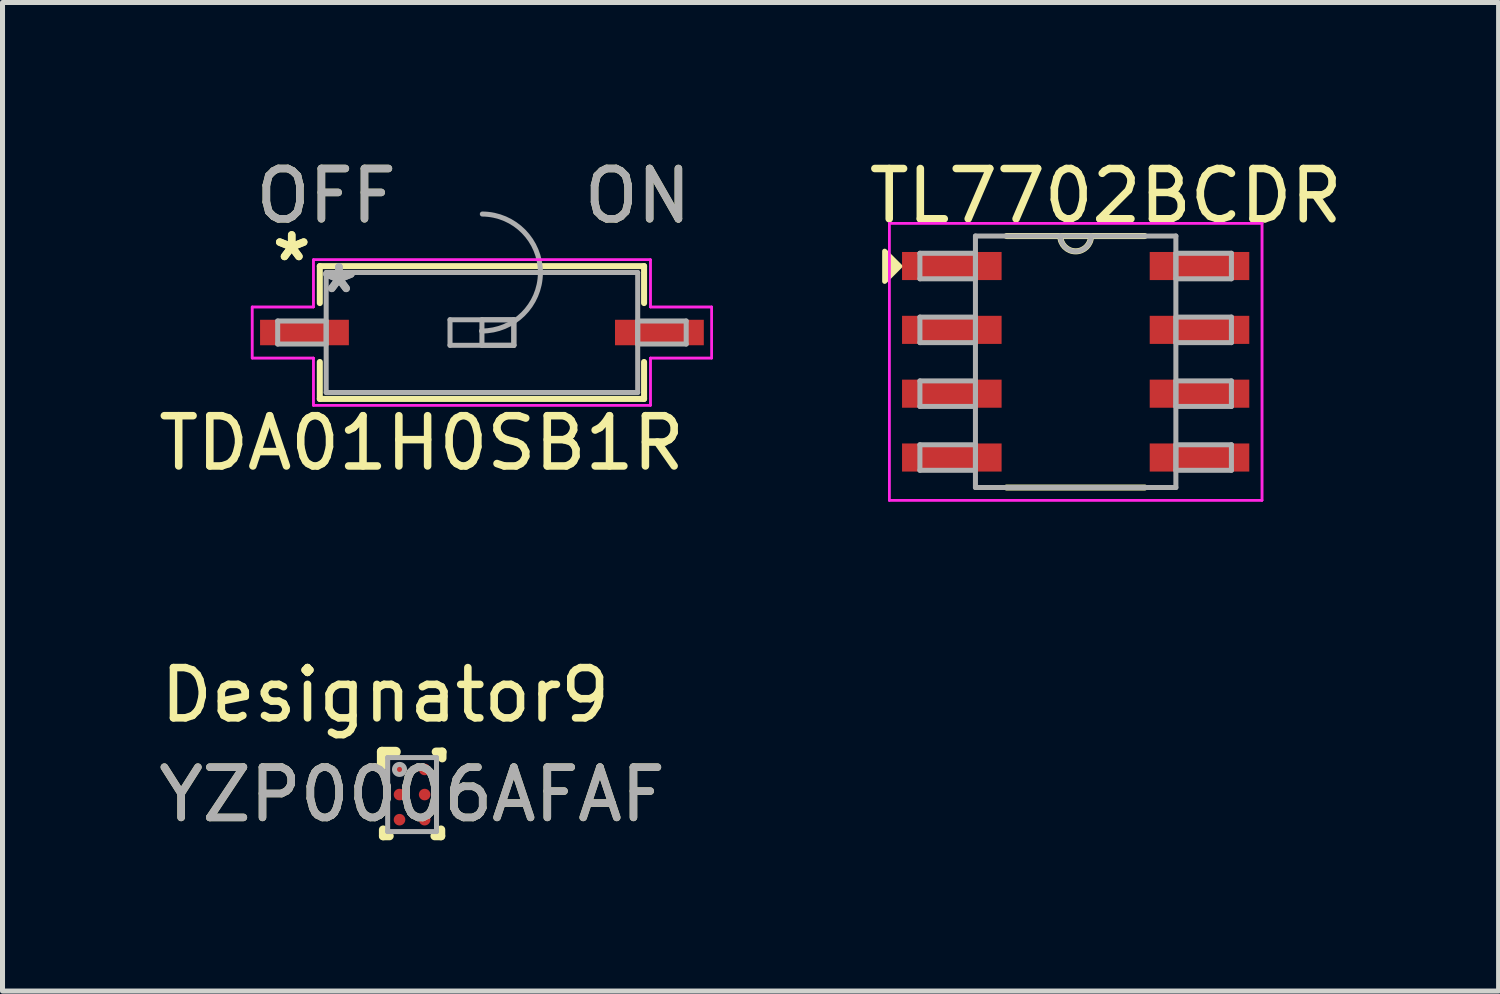
<source format=kicad_pcb>
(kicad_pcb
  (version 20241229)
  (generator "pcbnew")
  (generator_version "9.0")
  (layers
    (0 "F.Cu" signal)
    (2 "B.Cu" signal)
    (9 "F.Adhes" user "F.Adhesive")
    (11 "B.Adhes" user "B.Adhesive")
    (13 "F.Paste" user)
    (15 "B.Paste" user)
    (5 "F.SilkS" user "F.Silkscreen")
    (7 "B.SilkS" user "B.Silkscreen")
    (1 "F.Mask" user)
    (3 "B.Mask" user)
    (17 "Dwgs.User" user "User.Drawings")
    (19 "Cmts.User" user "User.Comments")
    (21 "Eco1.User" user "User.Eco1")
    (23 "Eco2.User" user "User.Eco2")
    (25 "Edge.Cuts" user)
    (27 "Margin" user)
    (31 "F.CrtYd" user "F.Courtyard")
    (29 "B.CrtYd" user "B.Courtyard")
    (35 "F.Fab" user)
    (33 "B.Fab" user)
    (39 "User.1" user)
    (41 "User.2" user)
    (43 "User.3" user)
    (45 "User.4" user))
  (footprint "YZP0006AFAF"
    (layer "F.Cu")
    (at 5.149 12.759)
    (property "Reference" "YZP0006AFAF" (at 0 0 0) (unlocked yes) (layer "F.SilkS") (effects (font (size 1 1) (thickness 0.15))))
    (attr smd)
    (fp_line (start -0.6 -0.85) (end -0.325 -0.85) (stroke (width 0.2) (type solid)) (layer "F.SilkS"))
    (fp_line (start -0.6 -0.575) (end -0.6 -0.85) (stroke (width 0.2) (type solid)) (layer "F.SilkS"))
    (fp_line (start -0.575 0.825) (end -0.575 0.7) (stroke (width 0.17) (type solid)) (layer "F.SilkS"))
    (fp_line (start -0.575 0.825) (end -0.45 0.825) (stroke (width 0.17) (type solid)) (layer "F.SilkS"))
    (fp_line (start 0.45 0.825) (end 0.575 0.825) (stroke (width 0.17) (type solid)) (layer "F.SilkS"))
    (fp_line (start 0.475 -0.85) (end 0.6 -0.85) (stroke (width 0.17) (type solid)) (layer "F.SilkS"))
    (fp_line (start 0.575 0.825) (end 0.575 0.7) (stroke (width 0.17) (type solid)) (layer "F.SilkS"))
    (fp_line (start 0.6 -0.725) (end 0.6 -0.85) (stroke (width 0.17) (type solid)) (layer "F.SilkS"))
    (fp_circle (center -0.325 -0.575) (end -0.3 -0.575) (stroke (width 0.05) (type solid)) (fill no) (layer "F.Paste"))
    (fp_circle (center -0.325 -0.425) (end -0.3 -0.425) (stroke (width 0.05) (type solid)) (fill no) (layer "F.Paste"))
    (fp_circle (center -0.325 -0.075) (end -0.3 -0.075) (stroke (width 0.05) (type solid)) (fill no) (layer "F.Paste"))
    (fp_circle (center -0.325 0.075) (end -0.3 0.075) (stroke (width 0.05) (type solid)) (fill no) (layer "F.Paste"))
    (fp_circle (center -0.325 0.425) (end -0.3 0.425) (stroke (width 0.05) (type solid)) (fill no) (layer "F.Paste"))
    (fp_circle (center -0.325 0.575) (end -0.3 0.575) (stroke (width 0.05) (type solid)) (fill no) (layer "F.Paste"))
    (fp_circle (center -0.175 -0.575) (end -0.15 -0.575) (stroke (width 0.05) (type solid)) (fill no) (layer "F.Paste"))
    (fp_circle (center -0.175 -0.425) (end -0.15 -0.425) (stroke (width 0.05) (type solid)) (fill no) (layer "F.Paste"))
    (fp_circle (center -0.175 -0.075) (end -0.15 -0.075) (stroke (width 0.05) (type solid)) (fill no) (layer "F.Paste"))
    (fp_circle (center -0.175 0.075) (end -0.15 0.075) (stroke (width 0.05) (type solid)) (fill no) (layer "F.Paste"))
    (fp_circle (center -0.175 0.425) (end -0.15 0.425) (stroke (width 0.05) (type solid)) (fill no) (layer "F.Paste"))
    (fp_circle (center -0.175 0.575) (end -0.15 0.575) (stroke (width 0.05) (type solid)) (fill no) (layer "F.Paste"))
    (fp_circle (center 0.175 -0.575) (end 0.2 -0.575) (stroke (width 0.05) (type solid)) (fill no) (layer "F.Paste"))
    (fp_circle (center 0.175 -0.425) (end 0.2 -0.425) (stroke (width 0.05) (type solid)) (fill no) (layer "F.Paste"))
    (fp_circle (center 0.175 -0.075) (end 0.2 -0.075) (stroke (width 0.05) (type solid)) (fill no) (layer "F.Paste"))
    (fp_circle (center 0.175 0.075) (end 0.2 0.075) (stroke (width 0.05) (type solid)) (fill no) (layer "F.Paste"))
    (fp_circle (center 0.175 0.425) (end 0.2 0.425) (stroke (width 0.05) (type solid)) (fill no) (layer "F.Paste"))
    (fp_circle (center 0.175 0.575) (end 0.2 0.575) (stroke (width 0.05) (type solid)) (fill no) (layer "F.Paste"))
    (fp_circle (center 0.325 -0.575) (end 0.35 -0.575) (stroke (width 0.05) (type solid)) (fill no) (layer "F.Paste"))
    (fp_circle (center 0.325 -0.425) (end 0.35 -0.425) (stroke (width 0.05) (type solid)) (fill no) (layer "F.Paste"))
    (fp_circle (center 0.325 -0.075) (end 0.35 -0.075) (stroke (width 0.05) (type solid)) (fill no) (layer "F.Paste"))
    (fp_circle (center 0.325 0.075) (end 0.35 0.075) (stroke (width 0.05) (type solid)) (fill no) (layer "F.Paste"))
    (fp_circle (center 0.325 0.425) (end 0.35 0.425) (stroke (width 0.05) (type solid)) (fill no) (layer "F.Paste"))
    (fp_circle (center 0.325 0.575) (end 0.35 0.575) (stroke (width 0.05) (type solid)) (fill no) (layer "F.Paste"))
    (fp_poly (pts (xy -0.375 -0.425) (xy -0.125 -0.425) (xy -0.125 -0.575) (xy -0.375 -0.575)) (stroke (width 0) (type solid)) (fill yes) (layer "F.Paste"))
    (fp_poly (pts (xy -0.375 0.075) (xy -0.125 0.075) (xy -0.125 -0.075) (xy -0.375 -0.075)) (stroke (width 0) (type solid)) (fill yes) (layer "F.Paste"))
    (fp_poly (pts (xy -0.375 0.575) (xy -0.125 0.575) (xy -0.125 0.425) (xy -0.375 0.425)) (stroke (width 0) (type solid)) (fill yes) (layer "F.Paste"))
    (fp_poly (pts (xy -0.175 -0.375) (xy -0.175 -0.625) (xy -0.325 -0.625) (xy -0.325 -0.375)) (stroke (width 0) (type solid)) (fill yes) (layer "F.Paste"))
    (fp_poly (pts (xy -0.175 0.125) (xy -0.175 -0.125) (xy -0.325 -0.125) (xy -0.325 0.125)) (stroke (width 0) (type solid)) (fill yes) (layer "F.Paste"))
    (fp_poly (pts (xy -0.175 0.625) (xy -0.175 0.375) (xy -0.325 0.375) (xy -0.325 0.625)) (stroke (width 0) (type solid)) (fill yes) (layer "F.Paste"))
    (fp_poly (pts (xy 0.125 -0.425) (xy 0.375 -0.425) (xy 0.375 -0.575) (xy 0.125 -0.575)) (stroke (width 0) (type solid)) (fill yes) (layer "F.Paste"))
    (fp_poly (pts (xy 0.125 0.075) (xy 0.375 0.075) (xy 0.375 -0.075) (xy 0.125 -0.075)) (stroke (width 0) (type solid)) (fill yes) (layer "F.Paste"))
    (fp_poly (pts (xy 0.125 0.575) (xy 0.375 0.575) (xy 0.375 0.425) (xy 0.125 0.425)) (stroke (width 0) (type solid)) (fill yes) (layer "F.Paste"))
    (fp_poly (pts (xy 0.325 -0.375) (xy 0.325 -0.625) (xy 0.175 -0.625) (xy 0.175 -0.375)) (stroke (width 0) (type solid)) (fill yes) (layer "F.Paste"))
    (fp_poly (pts (xy 0.325 0.125) (xy 0.325 -0.125) (xy 0.175 -0.125) (xy 0.175 0.125)) (stroke (width 0) (type solid)) (fill yes) (layer "F.Paste"))
    (fp_poly (pts (xy 0.325 0.625) (xy 0.325 0.375) (xy 0.175 0.375) (xy 0.175 0.625)) (stroke (width 0) (type solid)) (fill yes) (layer "F.Paste"))
    (fp_line (start -0.486 -0.736) (end 0.486 -0.736) (stroke (width 0.1) (type solid)) (layer "F.Fab"))
    (fp_line (start -0.486 0.736) (end -0.486 -0.736) (stroke (width 0.1) (type solid)) (layer "F.Fab"))
    (fp_line (start -0.486 0.736) (end 0.486 0.736) (stroke (width 0.1) (type solid)) (layer "F.Fab"))
    (fp_line (start 0.486 0.736) (end 0.486 -0.736) (stroke (width 0.1) (type solid)) (layer "F.Fab"))
    (fp_circle (center -0.25 -0.5) (end -0.15 -0.5) (stroke (width 0.1) (type solid)) (fill no) (layer "F.Fab"))
    (fp_text user "Designator9" (at -0.533 -1.981 0) (unlocked yes) (layer "F.SilkS") (effects (font (size 1 1) (thickness 0.15))))
    (fp_text user "${REFERENCE}" (at 0 0 0) (unlocked yes) (layer "F.Fab") (effects (font (size 1 1) (thickness 0.15))))
    (pad "A1" smd circle (at -0.25 -0.5) (size 0.23 0.23) (layers "F.Cu" "F.Mask"))
    (pad "A2" smd circle (at 0.25 -0.5) (size 0.23 0.23) (layers "F.Cu" "F.Mask"))
    (pad "B1" smd circle (at -0.25 -0.000003) (size 0.23 0.23) (layers "F.Cu" "F.Mask"))
    (pad "B2" smd circle (at 0.25 -0.000003) (size 0.23 0.23) (layers "F.Cu" "F.Mask"))
    (pad "C1" smd circle (at -0.25 0.5) (size 0.23 0.23) (layers "F.Cu" "F.Mask"))
    (pad "C2" smd circle (at 0.25 0.5) (size 0.23 0.23) (layers "F.Cu" "F.Mask")))
  (footprint "TL7702BCDR"
    (layer "F.Cu")
    (at 18.352 4.148)
    (property "Reference" "TL7702BCDR" (at 0.6 -3.3 0) (layer "F.SilkS") (effects (font (size 1 1) (thickness 0.15))))
    (attr through_hole)
    (fp_line (start -1.374 2.502) (end 1.374 2.502) (stroke (width 0.12) (type solid)) (layer "F.SilkS"))
    (fp_line (start 1.374 -2.502) (end -1.374 -2.502) (stroke (width 0.12) (type solid)) (layer "F.SilkS"))
    (fp_arc (start 0.3048 -2.5019) (mid 0 -2.1971) (end -0.3048 -2.5019) (stroke (width 0.12) (type solid)) (layer "F.SilkS"))
    (fp_poly (pts (xy -3.5 -1.9) (xy -3.8 -2.2) (xy -3.8 -1.6)) (stroke (width 0.1) (type solid)) (fill yes) (layer "F.SilkS"))
    (fp_line (start -3.708 -2.756) (end 3.708 -2.756) (stroke (width 0.05) (type solid)) (layer "F.CrtYd"))
    (fp_line (start -3.708 -2.756) (end 3.708 -2.756) (stroke (width 0.05) (type solid)) (layer "F.CrtYd"))
    (fp_line (start -3.708 2.756) (end -3.708 -2.756) (stroke (width 0.05) (type solid)) (layer "F.CrtYd"))
    (fp_line (start -3.708 2.756) (end -3.708 -2.756) (stroke (width 0.05) (type solid)) (layer "F.CrtYd"))
    (fp_line (start 3.708 -2.756) (end 3.708 2.756) (stroke (width 0.05) (type solid)) (layer "F.CrtYd"))
    (fp_line (start 3.708 -2.756) (end 3.708 2.756) (stroke (width 0.05) (type solid)) (layer "F.CrtYd"))
    (fp_line (start 3.708 2.756) (end -3.708 2.756) (stroke (width 0.05) (type solid)) (layer "F.CrtYd"))
    (fp_line (start 3.708 2.756) (end -3.708 2.756) (stroke (width 0.05) (type solid)) (layer "F.CrtYd"))
    (fp_line (start -3.099 -2.159) (end -3.099 -1.651) (stroke (width 0.1) (type solid)) (layer "F.Fab"))
    (fp_line (start -3.099 -1.651) (end -1.994 -1.651) (stroke (width 0.1) (type solid)) (layer "F.Fab"))
    (fp_line (start -3.099 -0.889) (end -3.099 -0.381) (stroke (width 0.1) (type solid)) (layer "F.Fab"))
    (fp_line (start -3.099 -0.381) (end -1.994 -0.381) (stroke (width 0.1) (type solid)) (layer "F.Fab"))
    (fp_line (start -3.099 0.381) (end -3.099 0.889) (stroke (width 0.1) (type solid)) (layer "F.Fab"))
    (fp_line (start -3.099 0.889) (end -1.994 0.889) (stroke (width 0.1) (type solid)) (layer "F.Fab"))
    (fp_line (start -3.099 1.651) (end -3.099 2.159) (stroke (width 0.1) (type solid)) (layer "F.Fab"))
    (fp_line (start -3.099 2.159) (end -1.994 2.159) (stroke (width 0.1) (type solid)) (layer "F.Fab"))
    (fp_line (start -1.994 -2.502) (end -1.994 2.502) (stroke (width 0.1) (type solid)) (layer "F.Fab"))
    (fp_line (start -1.994 -2.159) (end -3.099 -2.159) (stroke (width 0.1) (type solid)) (layer "F.Fab"))
    (fp_line (start -1.994 -1.651) (end -1.994 -2.159) (stroke (width 0.1) (type solid)) (layer "F.Fab"))
    (fp_line (start -1.994 -0.889) (end -3.099 -0.889) (stroke (width 0.1) (type solid)) (layer "F.Fab"))
    (fp_line (start -1.994 -0.381) (end -1.994 -0.889) (stroke (width 0.1) (type solid)) (layer "F.Fab"))
    (fp_line (start -1.994 0.381) (end -3.099 0.381) (stroke (width 0.1) (type solid)) (layer "F.Fab"))
    (fp_line (start -1.994 0.889) (end -1.994 0.381) (stroke (width 0.1) (type solid)) (layer "F.Fab"))
    (fp_line (start -1.994 1.651) (end -3.099 1.651) (stroke (width 0.1) (type solid)) (layer "F.Fab"))
    (fp_line (start -1.994 2.159) (end -1.994 1.651) (stroke (width 0.1) (type solid)) (layer "F.Fab"))
    (fp_line (start -1.994 2.502) (end 1.994 2.502) (stroke (width 0.1) (type solid)) (layer "F.Fab"))
    (fp_line (start 1.994 -2.502) (end -1.994 -2.502) (stroke (width 0.1) (type solid)) (layer "F.Fab"))
    (fp_line (start 1.994 -2.159) (end 1.994 -1.651) (stroke (width 0.1) (type solid)) (layer "F.Fab"))
    (fp_line (start 1.994 -1.651) (end 3.099 -1.651) (stroke (width 0.1) (type solid)) (layer "F.Fab"))
    (fp_line (start 1.994 -0.889) (end 1.994 -0.381) (stroke (width 0.1) (type solid)) (layer "F.Fab"))
    (fp_line (start 1.994 -0.381) (end 3.099 -0.381) (stroke (width 0.1) (type solid)) (layer "F.Fab"))
    (fp_line (start 1.994 0.381) (end 1.994 0.889) (stroke (width 0.1) (type solid)) (layer "F.Fab"))
    (fp_line (start 1.994 0.889) (end 3.099 0.889) (stroke (width 0.1) (type solid)) (layer "F.Fab"))
    (fp_line (start 1.994 1.651) (end 1.994 2.159) (stroke (width 0.1) (type solid)) (layer "F.Fab"))
    (fp_line (start 1.994 2.159) (end 3.099 2.159) (stroke (width 0.1) (type solid)) (layer "F.Fab"))
    (fp_line (start 1.994 2.502) (end 1.994 -2.502) (stroke (width 0.1) (type solid)) (layer "F.Fab"))
    (fp_line (start 3.099 -2.159) (end 1.994 -2.159) (stroke (width 0.1) (type solid)) (layer "F.Fab"))
    (fp_line (start 3.099 -1.651) (end 3.099 -2.159) (stroke (width 0.1) (type solid)) (layer "F.Fab"))
    (fp_line (start 3.099 -0.889) (end 1.994 -0.889) (stroke (width 0.1) (type solid)) (layer "F.Fab"))
    (fp_line (start 3.099 -0.381) (end 3.099 -0.889) (stroke (width 0.1) (type solid)) (layer "F.Fab"))
    (fp_line (start 3.099 0.381) (end 1.994 0.381) (stroke (width 0.1) (type solid)) (layer "F.Fab"))
    (fp_line (start 3.099 0.889) (end 3.099 0.381) (stroke (width 0.1) (type solid)) (layer "F.Fab"))
    (fp_line (start 3.099 1.651) (end 1.994 1.651) (stroke (width 0.1) (type solid)) (layer "F.Fab"))
    (fp_line (start 3.099 2.159) (end 3.099 1.651) (stroke (width 0.1) (type solid)) (layer "F.Fab"))
    (fp_arc (start 0.3048 -2.5019) (mid 0 -2.1971) (end -0.3048 -2.5019) (stroke (width 0.1) (type solid)) (layer "F.Fab"))
    (pad "1" smd rect (at -2.464 -1.905) (size 1.981 0.559) (layers "F.Cu" "F.Mask" "F.Paste"))
    (pad "2" smd rect (at -2.464 -0.635) (size 1.981 0.559) (layers "F.Cu" "F.Mask" "F.Paste"))
    (pad "3" smd rect (at -2.464 0.635) (size 1.981 0.559) (layers "F.Cu" "F.Mask" "F.Paste"))
    (pad "4" smd rect (at -2.464 1.905) (size 1.981 0.559) (layers "F.Cu" "F.Mask" "F.Paste"))
    (pad "5" smd rect (at 2.464 1.905) (size 1.981 0.559) (layers "F.Cu" "F.Mask" "F.Paste"))
    (pad "6" smd rect (at 2.464 0.635) (size 1.981 0.559) (layers "F.Cu" "F.Mask" "F.Paste"))
    (pad "7" smd rect (at 2.464 -0.635) (size 1.981 0.559) (layers "F.Cu" "F.Mask" "F.Paste"))
    (pad "8" smd rect (at 2.464 -1.905) (size 1.981 0.559) (layers "F.Cu" "F.Mask" "F.Paste")))
  (footprint "TDA01H0SB1R"
    (layer "F.Cu")
    (at 6.539 3.566)
    (property "Reference" "TDA01H0SB1R" (at -1.2 2.2 0) (layer "F.SilkS") (effects (font (size 1 1) (thickness 0.15))))
    (attr through_hole)
    (fp_line (start -3.226 -1.321) (end -3.226 -0.586) (stroke (width 0.12) (type solid)) (layer "F.SilkS"))
    (fp_line (start -3.226 0.586) (end -3.226 1.321) (stroke (width 0.12) (type solid)) (layer "F.SilkS"))
    (fp_line (start -3.226 1.321) (end 3.226 1.321) (stroke (width 0.12) (type solid)) (layer "F.SilkS"))
    (fp_line (start 3.226 -1.321) (end -3.226 -1.321) (stroke (width 0.12) (type solid)) (layer "F.SilkS"))
    (fp_line (start 3.226 -0.586) (end 3.226 -1.321) (stroke (width 0.12) (type solid)) (layer "F.SilkS"))
    (fp_line (start 3.226 1.321) (end 3.226 0.586) (stroke (width 0.12) (type solid)) (layer "F.SilkS"))
    (fp_line (start -4.572 -0.508) (end -3.353 -0.508) (stroke (width 0.05) (type solid)) (layer "F.CrtYd"))
    (fp_line (start -4.572 -0.508) (end -3.353 -0.508) (stroke (width 0.05) (type solid)) (layer "F.CrtYd"))
    (fp_line (start -4.572 0.508) (end -4.572 -0.508) (stroke (width 0.05) (type solid)) (layer "F.CrtYd"))
    (fp_line (start -4.572 0.508) (end -4.572 -0.508) (stroke (width 0.05) (type solid)) (layer "F.CrtYd"))
    (fp_line (start -3.353 -1.448) (end 3.353 -1.448) (stroke (width 0.05) (type solid)) (layer "F.CrtYd"))
    (fp_line (start -3.353 -1.448) (end 3.353 -1.448) (stroke (width 0.05) (type solid)) (layer "F.CrtYd"))
    (fp_line (start -3.353 -0.508) (end -3.353 -1.448) (stroke (width 0.05) (type solid)) (layer "F.CrtYd"))
    (fp_line (start -3.353 -0.508) (end -3.353 -1.448) (stroke (width 0.05) (type solid)) (layer "F.CrtYd"))
    (fp_line (start -3.353 0.508) (end -4.572 0.508) (stroke (width 0.05) (type solid)) (layer "F.CrtYd"))
    (fp_line (start -3.353 0.508) (end -4.572 0.508) (stroke (width 0.05) (type solid)) (layer "F.CrtYd"))
    (fp_line (start -3.353 1.448) (end -3.353 0.508) (stroke (width 0.05) (type solid)) (layer "F.CrtYd"))
    (fp_line (start -3.353 1.448) (end -3.353 0.508) (stroke (width 0.05) (type solid)) (layer "F.CrtYd"))
    (fp_line (start 3.353 -1.448) (end 3.353 -0.508) (stroke (width 0.05) (type solid)) (layer "F.CrtYd"))
    (fp_line (start 3.353 -1.448) (end 3.353 -0.508) (stroke (width 0.05) (type solid)) (layer "F.CrtYd"))
    (fp_line (start 3.353 -0.508) (end 4.572 -0.508) (stroke (width 0.05) (type solid)) (layer "F.CrtYd"))
    (fp_line (start 3.353 -0.508) (end 4.572 -0.508) (stroke (width 0.05) (type solid)) (layer "F.CrtYd"))
    (fp_line (start 3.353 0.508) (end 3.353 1.448) (stroke (width 0.05) (type solid)) (layer "F.CrtYd"))
    (fp_line (start 3.353 0.508) (end 3.353 1.448) (stroke (width 0.05) (type solid)) (layer "F.CrtYd"))
    (fp_line (start 3.353 1.448) (end -3.353 1.448) (stroke (width 0.05) (type solid)) (layer "F.CrtYd"))
    (fp_line (start 3.353 1.448) (end -3.353 1.448) (stroke (width 0.05) (type solid)) (layer "F.CrtYd"))
    (fp_line (start 4.572 -0.508) (end 4.572 0.508) (stroke (width 0.05) (type solid)) (layer "F.CrtYd"))
    (fp_line (start 4.572 -0.508) (end 4.572 0.508) (stroke (width 0.05) (type solid)) (layer "F.CrtYd"))
    (fp_line (start 4.572 0.508) (end 3.353 0.508) (stroke (width 0.05) (type solid)) (layer "F.CrtYd"))
    (fp_line (start 4.572 0.508) (end 3.353 0.508) (stroke (width 0.05) (type solid)) (layer "F.CrtYd"))
    (fp_line (start -4.064 -0.229) (end -4.064 0.229) (stroke (width 0.1) (type solid)) (layer "F.Fab"))
    (fp_line (start -4.064 0.229) (end -3.099 0.229) (stroke (width 0.1) (type solid)) (layer "F.Fab"))
    (fp_line (start -3.099 -1.194) (end -3.099 1.194) (stroke (width 0.1) (type solid)) (layer "F.Fab"))
    (fp_line (start -3.099 -0.229) (end -4.064 -0.229) (stroke (width 0.1) (type solid)) (layer "F.Fab"))
    (fp_line (start -3.099 0.229) (end -3.099 -0.229) (stroke (width 0.1) (type solid)) (layer "F.Fab"))
    (fp_line (start -3.099 1.194) (end 3.099 1.194) (stroke (width 0.1) (type solid)) (layer "F.Fab"))
    (fp_line (start -0.635 -0.254) (end 0.635 -0.254) (stroke (width 0.1) (type solid)) (layer "F.Fab"))
    (fp_line (start -0.635 0.254) (end -0.635 -0.254) (stroke (width 0.1) (type solid)) (layer "F.Fab"))
    (fp_line (start 0 -0.254) (end 0.635 -0.254) (stroke (width 0.1) (type solid)) (layer "F.Fab"))
    (fp_line (start 0 0.254) (end 0 -0.254) (stroke (width 0.1) (type solid)) (layer "F.Fab"))
    (fp_line (start 0.635 -0.254) (end 0.635 0.254) (stroke (width 0.1) (type solid)) (layer "F.Fab"))
    (fp_line (start 0.635 -0.254) (end 0.635 0.254) (stroke (width 0.1) (type solid)) (layer "F.Fab"))
    (fp_line (start 0.635 0.254) (end -0.635 0.254) (stroke (width 0.1) (type solid)) (layer "F.Fab"))
    (fp_line (start 0.635 0.254) (end 0 0.254) (stroke (width 0.1) (type solid)) (layer "F.Fab"))
    (fp_line (start 3.099 -1.194) (end -3.099 -1.194) (stroke (width 0.1) (type solid)) (layer "F.Fab"))
    (fp_line (start 3.099 -0.229) (end 3.099 0.229) (stroke (width 0.1) (type solid)) (layer "F.Fab"))
    (fp_line (start 3.099 0.229) (end 4.064 0.229) (stroke (width 0.1) (type solid)) (layer "F.Fab"))
    (fp_line (start 3.099 1.194) (end 3.099 -1.194) (stroke (width 0.1) (type solid)) (layer "F.Fab"))
    (fp_line (start 4.064 -0.229) (end 3.099 -0.229) (stroke (width 0.1) (type solid)) (layer "F.Fab"))
    (fp_line (start 4.064 0.229) (end 4.064 -0.229) (stroke (width 0.1) (type solid)) (layer "F.Fab"))
    (fp_arc (start 0.007742 -2.357278) (mid 1.163478 -1.186058) (end -0.007742 -0.030322) (stroke (width 0.1) (type solid)) (layer "F.Fab"))
    (fp_text user "*" (at -3.785 -1.397 0) (layer "F.SilkS") (effects (font (size 1 1) (thickness 0.15))))
    (fp_text user "*" (at -3.785 -1.397 0) (layer "F.SilkS") (effects (font (size 1 1) (thickness 0.15))))
    (fp_text user "ON" (at 3.099 -2.718 0) (layer "F.SilkS") (effects (font (size 1 1) (thickness 0.15))))
    (fp_text user "OFF" (at -3.099 -2.718 0) (layer "F.SilkS") (effects (font (size 1 1) (thickness 0.15))))
    (fp_text user "*" (at -2.845 -0.762 0) (layer "F.Fab") (effects (font (size 1 1) (thickness 0.15))))
    (fp_text user "OFF" (at -3.099 -2.718 0) (layer "F.Fab") (effects (font (size 1 1) (thickness 0.15))))
    (fp_text user "ON" (at 3.099 -2.718 0) (layer "F.Fab") (effects (font (size 1 1) (thickness 0.15))))
    (fp_text user "*" (at -2.845 -0.762 0) (layer "F.Fab") (effects (font (size 1 1) (thickness 0.15))))
    (pad "1" smd rect (at -3.531 0) (size 1.767 0.507) (layers "F.Cu" "F.Mask" "F.Paste"))
    (pad "2" smd rect (at 3.531 0) (size 1.767 0.507) (layers "F.Cu" "F.Mask" "F.Paste")))
  (gr_rect
    (start -3 -3)
    (end 26.767 16.669)
    (stroke (width 0.1) (type default))
    (fill no)
    (layer "Edge.Cuts")))
</source>
